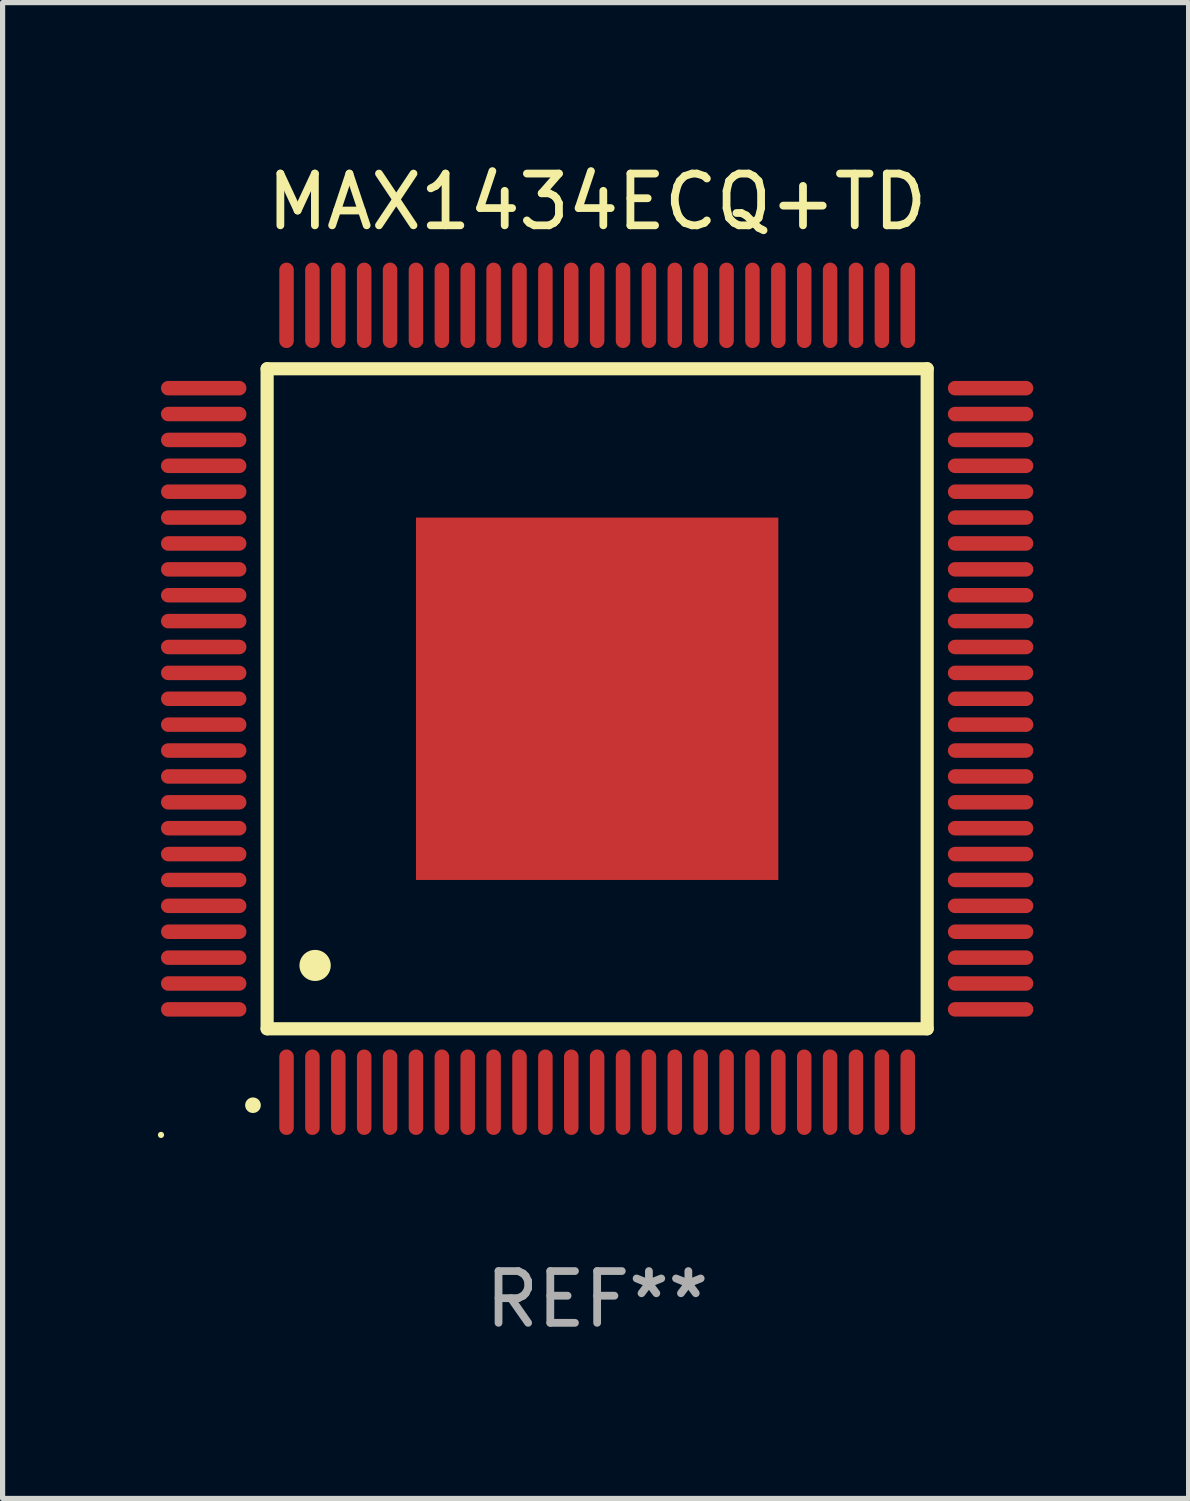
<source format=kicad_pcb>
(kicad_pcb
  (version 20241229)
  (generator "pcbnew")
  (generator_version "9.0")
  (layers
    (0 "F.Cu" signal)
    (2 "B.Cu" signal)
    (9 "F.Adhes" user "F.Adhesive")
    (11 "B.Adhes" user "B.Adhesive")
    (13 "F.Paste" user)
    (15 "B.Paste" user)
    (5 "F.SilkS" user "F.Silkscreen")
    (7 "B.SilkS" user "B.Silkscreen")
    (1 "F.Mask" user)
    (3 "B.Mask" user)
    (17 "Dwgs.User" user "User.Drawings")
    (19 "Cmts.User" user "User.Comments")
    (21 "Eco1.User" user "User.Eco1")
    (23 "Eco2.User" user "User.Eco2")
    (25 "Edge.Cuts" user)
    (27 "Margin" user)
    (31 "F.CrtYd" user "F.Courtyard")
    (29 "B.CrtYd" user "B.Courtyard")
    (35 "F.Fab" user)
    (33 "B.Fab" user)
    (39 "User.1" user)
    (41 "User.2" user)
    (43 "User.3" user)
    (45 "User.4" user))
  (footprint "MAX1434ECQ+TD"
    (layer "F.Cu")
    (at 8.485 10.448)
    (property "Reference" "MAX1434ECQ+TD" (at 0 -9.6 0) (layer "F.SilkS") (effects (font (size 1 1) (thickness 0.15))))
    (attr through_hole)
    (fp_line (start -6.375 -6.375) (end -6.375 6.375) (stroke (width 0.254) (type solid)) (layer "F.SilkS"))
    (fp_line (start -6.375 6.375) (end 6.375 6.375) (stroke (width 0.254) (type solid)) (layer "F.SilkS"))
    (fp_line (start 6.375 -6.375) (end -6.375 -6.375) (stroke (width 0.254) (type solid)) (layer "F.SilkS"))
    (fp_line (start 6.375 6.375) (end 6.375 -6.375) (stroke (width 0.254) (type solid)) (layer "F.SilkS"))
    (fp_arc (start -6.649733 7.851156) (mid -6.648463 7.851151) (end -6.647193 7.851156) (stroke (width 0.3) (type solid)) (layer "F.SilkS"))
    (fp_arc (start -5.450851 5.15113) (mid -5.448311 5.151119) (end -5.445771 5.15113) (stroke (width 0.6) (type solid)) (layer "F.SilkS"))
    (fp_circle (center -8.425 8.425) (end -8.395 8.425) (stroke (width 0.06) (type solid)) (fill no) (layer "F.SilkS"))
    (fp_text user "REF**" (at 0 11.6 0) (layer "F.Fab") (effects (font (size 1 1) (thickness 0.15))))
    (pad "1" smd oval (at -6 7.6 180) (size 0.28 1.65) (layers "F.Cu" "F.Mask" "F.Paste"))
    (pad "2" smd oval (at -5.5 7.6 180) (size 0.28 1.65) (layers "F.Cu" "F.Mask" "F.Paste"))
    (pad "3" smd oval (at -5 7.6 180) (size 0.28 1.65) (layers "F.Cu" "F.Mask" "F.Paste"))
    (pad "4" smd oval (at -4.5 7.6 180) (size 0.28 1.65) (layers "F.Cu" "F.Mask" "F.Paste"))
    (pad "5" smd oval (at -4 7.6 180) (size 0.28 1.65) (layers "F.Cu" "F.Mask" "F.Paste"))
    (pad "6" smd oval (at -3.5 7.6 180) (size 0.28 1.65) (layers "F.Cu" "F.Mask" "F.Paste"))
    (pad "7" smd oval (at -3 7.6 180) (size 0.28 1.65) (layers "F.Cu" "F.Mask" "F.Paste"))
    (pad "8" smd oval (at -2.5 7.6 180) (size 0.28 1.65) (layers "F.Cu" "F.Mask" "F.Paste"))
    (pad "9" smd oval (at -2 7.6 180) (size 0.28 1.65) (layers "F.Cu" "F.Mask" "F.Paste"))
    (pad "10" smd oval (at -1.5 7.6 180) (size 0.28 1.65) (layers "F.Cu" "F.Mask" "F.Paste"))
    (pad "11" smd oval (at -1 7.6 180) (size 0.28 1.65) (layers "F.Cu" "F.Mask" "F.Paste"))
    (pad "12" smd oval (at -0.5 7.6 180) (size 0.28 1.65) (layers "F.Cu" "F.Mask" "F.Paste"))
    (pad "13" smd oval (at 0 7.6 180) (size 0.28 1.65) (layers "F.Cu" "F.Mask" "F.Paste"))
    (pad "14" smd oval (at 0.5 7.6 180) (size 0.28 1.65) (layers "F.Cu" "F.Mask" "F.Paste"))
    (pad "15" smd oval (at 1 7.6 180) (size 0.28 1.65) (layers "F.Cu" "F.Mask" "F.Paste"))
    (pad "16" smd oval (at 1.5 7.6 180) (size 0.28 1.65) (layers "F.Cu" "F.Mask" "F.Paste"))
    (pad "17" smd oval (at 2 7.6 180) (size 0.28 1.65) (layers "F.Cu" "F.Mask" "F.Paste"))
    (pad "18" smd oval (at 2.5 7.6 180) (size 0.28 1.65) (layers "F.Cu" "F.Mask" "F.Paste"))
    (pad "19" smd oval (at 3 7.6 180) (size 0.28 1.65) (layers "F.Cu" "F.Mask" "F.Paste"))
    (pad "20" smd oval (at 3.5 7.6 180) (size 0.28 1.65) (layers "F.Cu" "F.Mask" "F.Paste"))
    (pad "21" smd oval (at 4 7.6 180) (size 0.28 1.65) (layers "F.Cu" "F.Mask" "F.Paste"))
    (pad "22" smd oval (at 4.5 7.6 180) (size 0.28 1.65) (layers "F.Cu" "F.Mask" "F.Paste"))
    (pad "23" smd oval (at 5 7.6 180) (size 0.28 1.65) (layers "F.Cu" "F.Mask" "F.Paste"))
    (pad "24" smd oval (at 5.5 7.6 180) (size 0.28 1.65) (layers "F.Cu" "F.Mask" "F.Paste"))
    (pad "25" smd oval (at 6 7.6 180) (size 0.28 1.65) (layers "F.Cu" "F.Mask" "F.Paste"))
    (pad "26" smd oval (at 7.6 6 90) (size 0.28 1.65) (layers "F.Cu" "F.Mask" "F.Paste"))
    (pad "27" smd oval (at 7.6 5.5 90) (size 0.28 1.65) (layers "F.Cu" "F.Mask" "F.Paste"))
    (pad "28" smd oval (at 7.6 5 90) (size 0.28 1.65) (layers "F.Cu" "F.Mask" "F.Paste"))
    (pad "29" smd oval (at 7.6 4.5 90) (size 0.28 1.65) (layers "F.Cu" "F.Mask" "F.Paste"))
    (pad "30" smd oval (at 7.6 4 90) (size 0.28 1.65) (layers "F.Cu" "F.Mask" "F.Paste"))
    (pad "31" smd oval (at 7.6 3.5 90) (size 0.28 1.65) (layers "F.Cu" "F.Mask" "F.Paste"))
    (pad "32" smd oval (at 7.6 3 90) (size 0.28 1.65) (layers "F.Cu" "F.Mask" "F.Paste"))
    (pad "33" smd oval (at 7.6 2.5 90) (size 0.28 1.65) (layers "F.Cu" "F.Mask" "F.Paste"))
    (pad "34" smd oval (at 7.6 2 90) (size 0.28 1.65) (layers "F.Cu" "F.Mask" "F.Paste"))
    (pad "35" smd oval (at 7.6 1.5 90) (size 0.28 1.65) (layers "F.Cu" "F.Mask" "F.Paste"))
    (pad "36" smd oval (at 7.6 1 90) (size 0.28 1.65) (layers "F.Cu" "F.Mask" "F.Paste"))
    (pad "37" smd oval (at 7.6 0.5 90) (size 0.28 1.65) (layers "F.Cu" "F.Mask" "F.Paste"))
    (pad "38" smd oval (at 7.6 0 90) (size 0.28 1.65) (layers "F.Cu" "F.Mask" "F.Paste"))
    (pad "39" smd oval (at 7.6 -0.5 90) (size 0.28 1.65) (layers "F.Cu" "F.Mask" "F.Paste"))
    (pad "40" smd oval (at 7.6 -1 90) (size 0.28 1.65) (layers "F.Cu" "F.Mask" "F.Paste"))
    (pad "41" smd oval (at 7.6 -1.5 90) (size 0.28 1.65) (layers "F.Cu" "F.Mask" "F.Paste"))
    (pad "42" smd oval (at 7.6 -2 90) (size 0.28 1.65) (layers "F.Cu" "F.Mask" "F.Paste"))
    (pad "43" smd oval (at 7.6 -2.5 90) (size 0.28 1.65) (layers "F.Cu" "F.Mask" "F.Paste"))
    (pad "44" smd oval (at 7.6 -3 90) (size 0.28 1.65) (layers "F.Cu" "F.Mask" "F.Paste"))
    (pad "45" smd oval (at 7.6 -3.5 90) (size 0.28 1.65) (layers "F.Cu" "F.Mask" "F.Paste"))
    (pad "46" smd oval (at 7.6 -4 90) (size 0.28 1.65) (layers "F.Cu" "F.Mask" "F.Paste"))
    (pad "47" smd oval (at 7.6 -4.5 90) (size 0.28 1.65) (layers "F.Cu" "F.Mask" "F.Paste"))
    (pad "48" smd oval (at 7.6 -5 90) (size 0.28 1.65) (layers "F.Cu" "F.Mask" "F.Paste"))
    (pad "49" smd oval (at 7.6 -5.5 90) (size 0.28 1.65) (layers "F.Cu" "F.Mask" "F.Paste"))
    (pad "50" smd oval (at 7.6 -6 90) (size 0.28 1.65) (layers "F.Cu" "F.Mask" "F.Paste"))
    (pad "51" smd oval (at 6 -7.6 180) (size 0.28 1.65) (layers "F.Cu" "F.Mask" "F.Paste"))
    (pad "52" smd oval (at 5.5 -7.6 180) (size 0.28 1.65) (layers "F.Cu" "F.Mask" "F.Paste"))
    (pad "53" smd oval (at 5 -7.6 180) (size 0.28 1.65) (layers "F.Cu" "F.Mask" "F.Paste"))
    (pad "54" smd oval (at 4.5 -7.6 180) (size 0.28 1.65) (layers "F.Cu" "F.Mask" "F.Paste"))
    (pad "55" smd oval (at 4 -7.6 180) (size 0.28 1.65) (layers "F.Cu" "F.Mask" "F.Paste"))
    (pad "56" smd oval (at 3.5 -7.6 180) (size 0.28 1.65) (layers "F.Cu" "F.Mask" "F.Paste"))
    (pad "57" smd oval (at 3 -7.6 180) (size 0.28 1.65) (layers "F.Cu" "F.Mask" "F.Paste"))
    (pad "58" smd oval (at 2.5 -7.6 180) (size 0.28 1.65) (layers "F.Cu" "F.Mask" "F.Paste"))
    (pad "59" smd oval (at 2 -7.6 180) (size 0.28 1.65) (layers "F.Cu" "F.Mask" "F.Paste"))
    (pad "60" smd oval (at 1.5 -7.6 180) (size 0.28 1.65) (layers "F.Cu" "F.Mask" "F.Paste"))
    (pad "61" smd oval (at 1 -7.6 180) (size 0.28 1.65) (layers "F.Cu" "F.Mask" "F.Paste"))
    (pad "62" smd oval (at 0.5 -7.6 180) (size 0.28 1.65) (layers "F.Cu" "F.Mask" "F.Paste"))
    (pad "63" smd oval (at 0 -7.6 180) (size 0.28 1.65) (layers "F.Cu" "F.Mask" "F.Paste"))
    (pad "64" smd oval (at -0.5 -7.6 180) (size 0.28 1.65) (layers "F.Cu" "F.Mask" "F.Paste"))
    (pad "65" smd oval (at -1 -7.6 180) (size 0.28 1.65) (layers "F.Cu" "F.Mask" "F.Paste"))
    (pad "66" smd oval (at -1.5 -7.6 180) (size 0.28 1.65) (layers "F.Cu" "F.Mask" "F.Paste"))
    (pad "67" smd oval (at -2 -7.6 180) (size 0.28 1.65) (layers "F.Cu" "F.Mask" "F.Paste"))
    (pad "68" smd oval (at -2.5 -7.6 180) (size 0.28 1.65) (layers "F.Cu" "F.Mask" "F.Paste"))
    (pad "69" smd oval (at -3 -7.6 180) (size 0.28 1.65) (layers "F.Cu" "F.Mask" "F.Paste"))
    (pad "70" smd oval (at -3.5 -7.6 180) (size 0.28 1.65) (layers "F.Cu" "F.Mask" "F.Paste"))
    (pad "71" smd oval (at -4 -7.6 180) (size 0.28 1.65) (layers "F.Cu" "F.Mask" "F.Paste"))
    (pad "72" smd oval (at -4.5 -7.6 180) (size 0.28 1.65) (layers "F.Cu" "F.Mask" "F.Paste"))
    (pad "73" smd oval (at -5 -7.6 180) (size 0.28 1.65) (layers "F.Cu" "F.Mask" "F.Paste"))
    (pad "74" smd oval (at -5.5 -7.6 180) (size 0.28 1.65) (layers "F.Cu" "F.Mask" "F.Paste"))
    (pad "75" smd oval (at -6 -7.6 180) (size 0.28 1.65) (layers "F.Cu" "F.Mask" "F.Paste"))
    (pad "76" smd oval (at -7.6 -6 90) (size 0.28 1.65) (layers "F.Cu" "F.Mask" "F.Paste"))
    (pad "77" smd oval (at -7.6 -5.5 90) (size 0.28 1.65) (layers "F.Cu" "F.Mask" "F.Paste"))
    (pad "78" smd oval (at -7.6 -5 90) (size 0.28 1.65) (layers "F.Cu" "F.Mask" "F.Paste"))
    (pad "79" smd oval (at -7.6 -4.5 90) (size 0.28 1.65) (layers "F.Cu" "F.Mask" "F.Paste"))
    (pad "80" smd oval (at -7.6 -4 90) (size 0.28 1.65) (layers "F.Cu" "F.Mask" "F.Paste"))
    (pad "81" smd oval (at -7.6 -3.5 90) (size 0.28 1.65) (layers "F.Cu" "F.Mask" "F.Paste"))
    (pad "82" smd oval (at -7.6 -3 90) (size 0.28 1.65) (layers "F.Cu" "F.Mask" "F.Paste"))
    (pad "83" smd oval (at -7.6 -2.5 90) (size 0.28 1.65) (layers "F.Cu" "F.Mask" "F.Paste"))
    (pad "84" smd oval (at -7.6 -2 90) (size 0.28 1.65) (layers "F.Cu" "F.Mask" "F.Paste"))
    (pad "85" smd oval (at -7.6 -1.5 90) (size 0.28 1.65) (layers "F.Cu" "F.Mask" "F.Paste"))
    (pad "86" smd oval (at -7.6 -1 90) (size 0.28 1.65) (layers "F.Cu" "F.Mask" "F.Paste"))
    (pad "87" smd oval (at -7.6 -0.5 90) (size 0.28 1.65) (layers "F.Cu" "F.Mask" "F.Paste"))
    (pad "88" smd oval (at -7.6 0 90) (size 0.28 1.65) (layers "F.Cu" "F.Mask" "F.Paste"))
    (pad "89" smd oval (at -7.6 0.5 90) (size 0.28 1.65) (layers "F.Cu" "F.Mask" "F.Paste"))
    (pad "90" smd oval (at -7.6 1 90) (size 0.28 1.65) (layers "F.Cu" "F.Mask" "F.Paste"))
    (pad "91" smd oval (at -7.6 1.5 90) (size 0.28 1.65) (layers "F.Cu" "F.Mask" "F.Paste"))
    (pad "92" smd oval (at -7.6 2 90) (size 0.28 1.65) (layers "F.Cu" "F.Mask" "F.Paste"))
    (pad "93" smd oval (at -7.6 2.5 90) (size 0.28 1.65) (layers "F.Cu" "F.Mask" "F.Paste"))
    (pad "94" smd oval (at -7.6 3 90) (size 0.28 1.65) (layers "F.Cu" "F.Mask" "F.Paste"))
    (pad "95" smd oval (at -7.6 3.5 90) (size 0.28 1.65) (layers "F.Cu" "F.Mask" "F.Paste"))
    (pad "96" smd oval (at -7.6 4 90) (size 0.28 1.65) (layers "F.Cu" "F.Mask" "F.Paste"))
    (pad "97" smd oval (at -7.6 4.5 90) (size 0.28 1.65) (layers "F.Cu" "F.Mask" "F.Paste"))
    (pad "98" smd oval (at -7.6 5 90) (size 0.28 1.65) (layers "F.Cu" "F.Mask" "F.Paste"))
    (pad "99" smd oval (at -7.6 5.5 90) (size 0.28 1.65) (layers "F.Cu" "F.Mask" "F.Paste"))
    (pad "100" smd oval (at -7.6 6 90) (size 0.28 1.65) (layers "F.Cu" "F.Mask" "F.Paste"))
    (pad "101" smd rect (at 0 0) (size 7 7) (layers "F.Cu" "F.Mask" "F.Paste")))
  (gr_rect
    (start -3 -3)
    (end 19.91 25.896)
    (stroke (width 0.1) (type default))
    (fill no)
    (layer "Edge.Cuts")))
</source>
